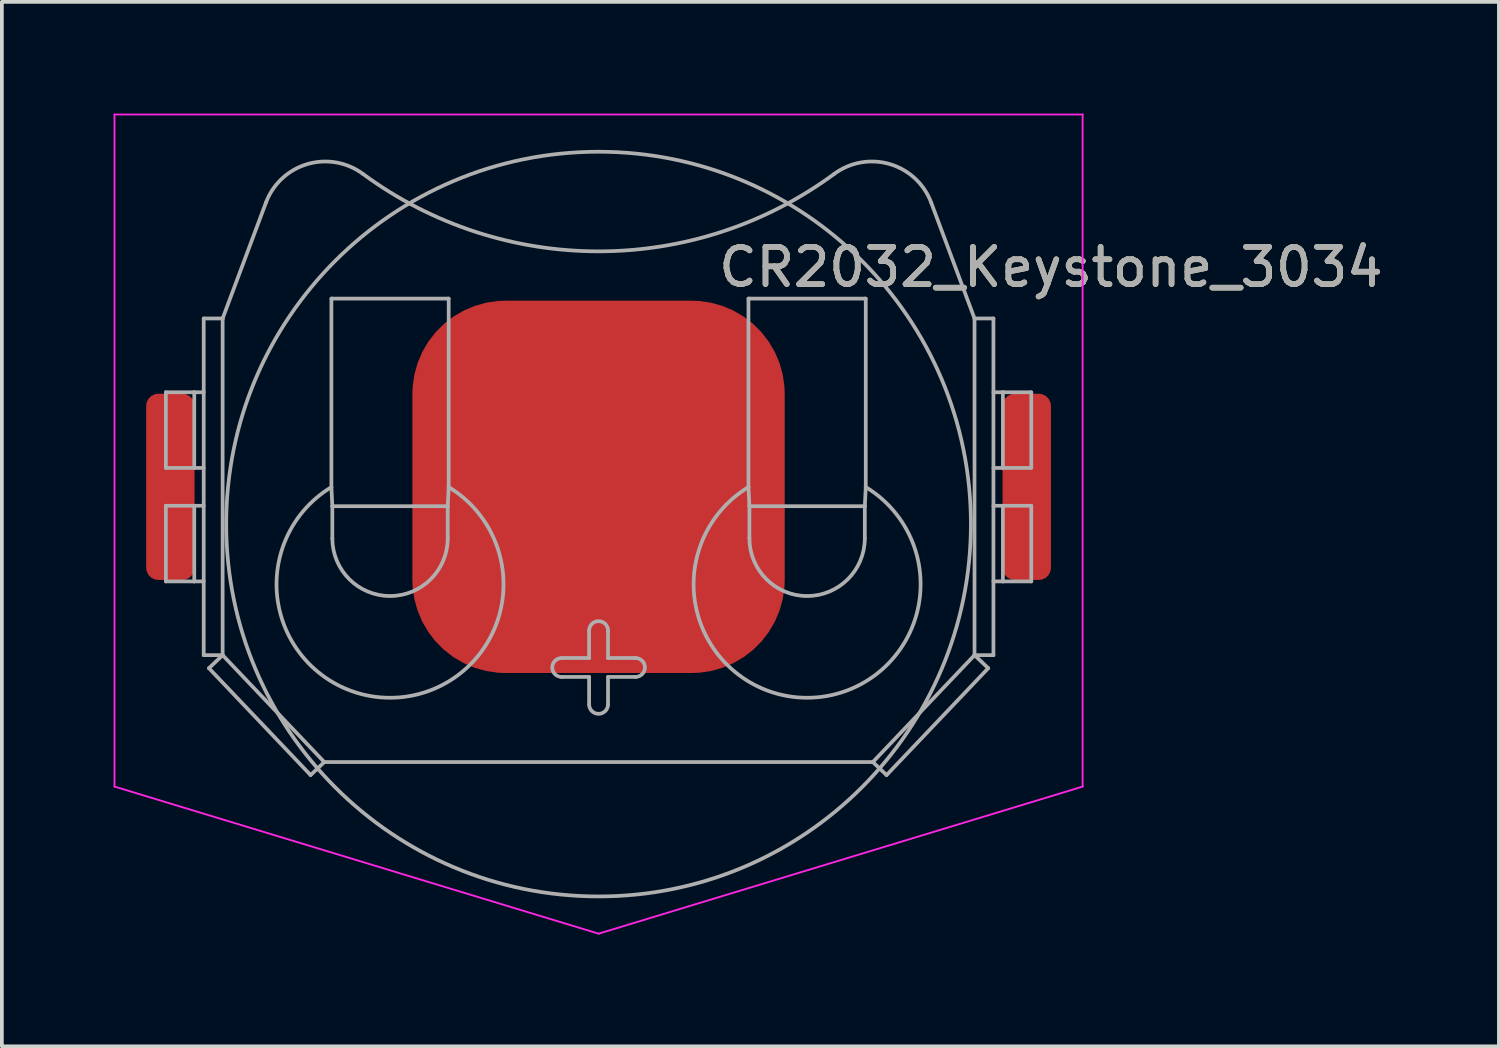
<source format=kicad_pcb>
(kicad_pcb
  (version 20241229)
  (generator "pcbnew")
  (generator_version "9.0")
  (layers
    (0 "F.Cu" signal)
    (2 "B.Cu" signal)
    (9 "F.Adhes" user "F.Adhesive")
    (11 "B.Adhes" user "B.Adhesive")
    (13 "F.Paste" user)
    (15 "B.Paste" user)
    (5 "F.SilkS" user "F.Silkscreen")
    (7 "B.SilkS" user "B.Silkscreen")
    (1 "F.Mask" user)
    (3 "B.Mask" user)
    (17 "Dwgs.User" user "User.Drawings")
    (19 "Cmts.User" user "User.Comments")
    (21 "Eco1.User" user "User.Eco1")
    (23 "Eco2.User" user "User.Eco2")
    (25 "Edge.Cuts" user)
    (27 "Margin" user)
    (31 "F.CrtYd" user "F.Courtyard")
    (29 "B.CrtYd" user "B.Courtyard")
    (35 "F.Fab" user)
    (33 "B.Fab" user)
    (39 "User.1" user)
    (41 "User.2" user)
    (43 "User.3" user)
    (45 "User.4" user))
  (footprint "CR2032_Keystone_3034"
    (layer "F.Cu")
    (at 13.025 10.025)
    (property "Reference" "CR2032_Keystone_3034" (at 12.15 -5.9 0) (unlocked yes) (layer "F.SilkS") (effects (font (size 1 1) (thickness 0.15))))
    (attr smd)
    (fp_line (start -13 -10) (end 13 -10) (stroke (width 0.05) (type solid)) (layer "F.CrtYd"))
    (fp_line (start -13 8.05) (end -13 -10) (stroke (width 0.05) (type solid)) (layer "F.CrtYd"))
    (fp_line (start 0 12) (end -13 8.05) (stroke (width 0.05) (type solid)) (layer "F.CrtYd"))
    (fp_line (start 13 -10) (end 13 8.05) (stroke (width 0.05) (type solid)) (layer "F.CrtYd"))
    (fp_line (start 13 8.05) (end 0 12) (stroke (width 0.05) (type solid)) (layer "F.CrtYd"))
    (fp_line (start -11.62 -2.54) (end -11.62 -0.508) (stroke (width 0.1) (type solid)) (layer "F.Fab"))
    (fp_line (start -11.62 -0.508) (end -10.858 -0.508) (stroke (width 0.1) (type solid)) (layer "F.Fab"))
    (fp_line (start -11.62 0.508) (end -11.62 2.54) (stroke (width 0.1) (type solid)) (layer "F.Fab"))
    (fp_line (start -11.62 2.54) (end -10.858 2.54) (stroke (width 0.1) (type solid)) (layer "F.Fab"))
    (fp_line (start -10.858 -2.54) (end -11.62 -2.54) (stroke (width 0.1) (type solid)) (layer "F.Fab"))
    (fp_line (start -10.858 -2.54) (end -10.604 -2.54) (stroke (width 0.1) (type solid)) (layer "F.Fab"))
    (fp_line (start -10.858 -0.508) (end -10.858 -2.54) (stroke (width 0.1) (type solid)) (layer "F.Fab"))
    (fp_line (start -10.858 -0.508) (end -10.604 -0.508) (stroke (width 0.1) (type solid)) (layer "F.Fab"))
    (fp_line (start -10.858 0.508) (end -11.62 0.508) (stroke (width 0.1) (type solid)) (layer "F.Fab"))
    (fp_line (start -10.858 0.508) (end -10.604 0.508) (stroke (width 0.1) (type solid)) (layer "F.Fab"))
    (fp_line (start -10.858 2.54) (end -10.858 0.508) (stroke (width 0.1) (type solid)) (layer "F.Fab"))
    (fp_line (start -10.858 2.54) (end -10.604 2.54) (stroke (width 0.1) (type solid)) (layer "F.Fab"))
    (fp_line (start -10.604 -4.522) (end -10.096 -4.522) (stroke (width 0.1) (type solid)) (layer "F.Fab"))
    (fp_line (start -10.604 4.52) (end -10.604 -4.522) (stroke (width 0.1) (type solid)) (layer "F.Fab"))
    (fp_line (start -10.464 4.87) (end -10.096 4.52) (stroke (width 0.1) (type solid)) (layer "F.Fab"))
    (fp_line (start -10.096 -4.522) (end -10.096 4.52) (stroke (width 0.1) (type solid)) (layer "F.Fab"))
    (fp_line (start -10.096 4.52) (end -10.604 4.52) (stroke (width 0.1) (type solid)) (layer "F.Fab"))
    (fp_line (start -10.096 4.52) (end -7.366 7.391) (stroke (width 0.1) (type solid)) (layer "F.Fab"))
    (fp_line (start -8.933 -7.632) (end -10.096 -4.522) (stroke (width 0.1) (type solid)) (layer "F.Fab"))
    (fp_line (start -7.734 7.741) (end -10.464 4.87) (stroke (width 0.1) (type solid)) (layer "F.Fab"))
    (fp_line (start -7.366 7.391) (end -7.734 7.741) (stroke (width 0.1) (type solid)) (layer "F.Fab"))
    (fp_line (start -7.366 7.391) (end 7.366 7.391) (stroke (width 0.1) (type solid)) (layer "F.Fab"))
    (fp_line (start -7.175 -5.055) (end -7.15 -5.055) (stroke (width 0.1) (type solid)) (layer "F.Fab"))
    (fp_line (start -7.175 0.006) (end -7.175 -5.055) (stroke (width 0.1) (type solid)) (layer "F.Fab"))
    (fp_line (start -7.175 0.006) (end -7.15 0.519) (stroke (width 0.1) (type solid)) (layer "F.Fab"))
    (fp_line (start -7.15 -5.055) (end -4.051 -5.055) (stroke (width 0.1) (type solid)) (layer "F.Fab"))
    (fp_line (start -7.15 0.519) (end -7.15 1.383) (stroke (width 0.1) (type solid)) (layer "F.Fab"))
    (fp_line (start -4.051 -5.055) (end -4.025 -5.055) (stroke (width 0.1) (type solid)) (layer "F.Fab"))
    (fp_line (start -4.051 0.519) (end -7.15 0.519) (stroke (width 0.1) (type solid)) (layer "F.Fab"))
    (fp_line (start -4.051 1.383) (end -4.051 0.519) (stroke (width 0.1) (type solid)) (layer "F.Fab"))
    (fp_line (start -4.025 -5.055) (end -4.025 0.006) (stroke (width 0.1) (type solid)) (layer "F.Fab"))
    (fp_line (start -4.025 0.006) (end -4.051 0.519) (stroke (width 0.1) (type solid)) (layer "F.Fab"))
    (fp_line (start -0.99 5.105) (end -0.254 5.105) (stroke (width 0.1) (type solid)) (layer "F.Fab"))
    (fp_line (start -0.254 3.861) (end -0.254 4.597) (stroke (width 0.1) (type solid)) (layer "F.Fab"))
    (fp_line (start -0.254 4.597) (end -0.99 4.597) (stroke (width 0.1) (type solid)) (layer "F.Fab"))
    (fp_line (start -0.254 5.105) (end -0.254 5.842) (stroke (width 0.1) (type solid)) (layer "F.Fab"))
    (fp_line (start 0.254 4.597) (end 0.254 3.861) (stroke (width 0.1) (type solid)) (layer "F.Fab"))
    (fp_line (start 0.254 5.105) (end 0.991 5.105) (stroke (width 0.1) (type solid)) (layer "F.Fab"))
    (fp_line (start 0.254 5.842) (end 0.254 5.105) (stroke (width 0.1) (type solid)) (layer "F.Fab"))
    (fp_line (start 0.991 4.597) (end 0.254 4.597) (stroke (width 0.1) (type solid)) (layer "F.Fab"))
    (fp_line (start 4.026 -5.055) (end 4.052 -5.055) (stroke (width 0.1) (type solid)) (layer "F.Fab"))
    (fp_line (start 4.026 0.006) (end 4.026 -5.055) (stroke (width 0.1) (type solid)) (layer "F.Fab"))
    (fp_line (start 4.026 0.006) (end 4.052 0.519) (stroke (width 0.1) (type solid)) (layer "F.Fab"))
    (fp_line (start 4.052 -5.055) (end 7.151 -5.055) (stroke (width 0.1) (type solid)) (layer "F.Fab"))
    (fp_line (start 4.052 0.519) (end 4.052 1.383) (stroke (width 0.1) (type solid)) (layer "F.Fab"))
    (fp_line (start 7.151 -5.055) (end 7.176 -5.055) (stroke (width 0.1) (type solid)) (layer "F.Fab"))
    (fp_line (start 7.151 0.519) (end 4.052 0.519) (stroke (width 0.1) (type solid)) (layer "F.Fab"))
    (fp_line (start 7.151 1.383) (end 7.151 0.519) (stroke (width 0.1) (type solid)) (layer "F.Fab"))
    (fp_line (start 7.176 -5.055) (end 7.176 0.006) (stroke (width 0.1) (type solid)) (layer "F.Fab"))
    (fp_line (start 7.176 0.006) (end 7.151 0.519) (stroke (width 0.1) (type solid)) (layer "F.Fab"))
    (fp_line (start 7.366 7.391) (end 10.097 4.52) (stroke (width 0.1) (type solid)) (layer "F.Fab"))
    (fp_line (start 7.735 7.741) (end 7.366 7.391) (stroke (width 0.1) (type solid)) (layer "F.Fab"))
    (fp_line (start 10.097 -4.522) (end 8.934 -7.632) (stroke (width 0.1) (type solid)) (layer "F.Fab"))
    (fp_line (start 10.097 -4.522) (end 10.605 -4.522) (stroke (width 0.1) (type solid)) (layer "F.Fab"))
    (fp_line (start 10.097 4.52) (end 10.097 -4.522) (stroke (width 0.1) (type solid)) (layer "F.Fab"))
    (fp_line (start 10.097 4.52) (end 10.465 4.87) (stroke (width 0.1) (type solid)) (layer "F.Fab"))
    (fp_line (start 10.465 4.87) (end 7.735 7.741) (stroke (width 0.1) (type solid)) (layer "F.Fab"))
    (fp_line (start 10.605 -4.522) (end 10.605 4.52) (stroke (width 0.1) (type solid)) (layer "F.Fab"))
    (fp_line (start 10.605 4.52) (end 10.097 4.52) (stroke (width 0.1) (type solid)) (layer "F.Fab"))
    (fp_line (start 10.859 -2.54) (end 10.605 -2.54) (stroke (width 0.1) (type solid)) (layer "F.Fab"))
    (fp_line (start 10.859 -2.54) (end 10.859 -0.508) (stroke (width 0.1) (type solid)) (layer "F.Fab"))
    (fp_line (start 10.859 -0.508) (end 10.605 -0.508) (stroke (width 0.1) (type solid)) (layer "F.Fab"))
    (fp_line (start 10.859 -0.508) (end 11.621 -0.508) (stroke (width 0.1) (type solid)) (layer "F.Fab"))
    (fp_line (start 10.859 0.508) (end 10.605 0.508) (stroke (width 0.1) (type solid)) (layer "F.Fab"))
    (fp_line (start 10.859 0.508) (end 10.859 2.54) (stroke (width 0.1) (type solid)) (layer "F.Fab"))
    (fp_line (start 10.859 2.54) (end 10.605 2.54) (stroke (width 0.1) (type solid)) (layer "F.Fab"))
    (fp_line (start 10.859 2.54) (end 11.621 2.54) (stroke (width 0.1) (type solid)) (layer "F.Fab"))
    (fp_line (start 11.621 -2.54) (end 10.859 -2.54) (stroke (width 0.1) (type solid)) (layer "F.Fab"))
    (fp_line (start 11.621 -0.508) (end 11.621 -2.54) (stroke (width 0.1) (type solid)) (layer "F.Fab"))
    (fp_line (start 11.621 0.508) (end 10.859 0.508) (stroke (width 0.1) (type solid)) (layer "F.Fab"))
    (fp_line (start 11.621 2.54) (end 11.621 0.508) (stroke (width 0.1) (type solid)) (layer "F.Fab"))
    (fp_arc (start -8.933482 -7.631851) (mid -7.82426 -8.667141) (end -6.329657 -8.405683) (stroke (width 0.1) (type solid)) (layer "F.Fab"))
    (fp_arc (start -4.050861 1.382552) (mid -5.600261 2.931952) (end -7.149661 1.382552) (stroke (width 0.1) (type solid)) (layer "F.Fab"))
    (fp_arc (start -4.025461 0.006487) (mid -5.600261 5.664144) (end -7.175061 0.006487) (stroke (width 0.1) (type solid)) (layer "F.Fab"))
    (fp_arc (start -0.990161 5.105344) (mid -1.244161 4.851344) (end -0.990161 4.597344) (stroke (width 0.1) (type solid)) (layer "F.Fab"))
    (fp_arc (start -0.253561 3.860744) (mid 0.000439 3.606744) (end 0.254439 3.860744) (stroke (width 0.1) (type solid)) (layer "F.Fab"))
    (fp_arc (start 0.254439 5.841944) (mid 0.000439 6.095944) (end -0.253561 5.841944) (stroke (width 0.1) (type solid)) (layer "F.Fab"))
    (fp_arc (start 0.991039 4.597344) (mid 1.245039 4.851344) (end 0.991039 5.105344) (stroke (width 0.1) (type solid)) (layer "F.Fab"))
    (fp_arc (start 6.330535 -8.405683) (mid 0.000439 -6.324656) (end -6.329657 -8.405683) (stroke (width 0.1) (type solid)) (layer "F.Fab"))
    (fp_arc (start 6.330535 -8.405683) (mid 7.82514 -8.667145) (end 8.93436 -7.631851) (stroke (width 0.1) (type solid)) (layer "F.Fab"))
    (fp_arc (start 7.150539 1.382552) (mid 5.601139 2.931952) (end 4.051739 1.382552) (stroke (width 0.1) (type solid)) (layer "F.Fab"))
    (fp_arc (start 7.175939 0.006487) (mid 5.601139 5.664144) (end 4.026339 0.006487) (stroke (width 0.1) (type solid)) (layer "F.Fab"))
    (fp_circle (center 0 1) (end 10 1) (stroke (width 0.1) (type solid)) (fill no) (layer "F.Fab"))
    (fp_text user "${REFERENCE}" (at 12.15 -5.9 0) (unlocked yes) (layer "F.Fab") (effects (font (size 1 1) (thickness 0.15))))
    (pad "1" smd roundrect (at -11.5 0) (size 1.3 5) (layers "F.Cu" "F.Mask") (roundrect_rratio 0.25))
    (pad "1" smd roundrect (at 11.5 0) (size 1.3 5) (layers "F.Cu" "F.Mask") (roundrect_rratio 0.25))
    (pad "2" smd roundrect (at 0 0) (size 10 10) (layers "F.Cu" "F.Mask") (roundrect_rratio 0.25)))
  (gr_rect
    (start -3 -3)
    (end 37.205 25.05)
    (stroke (width 0.1) (type default))
    (fill no)
    (layer "Edge.Cuts")))
</source>
